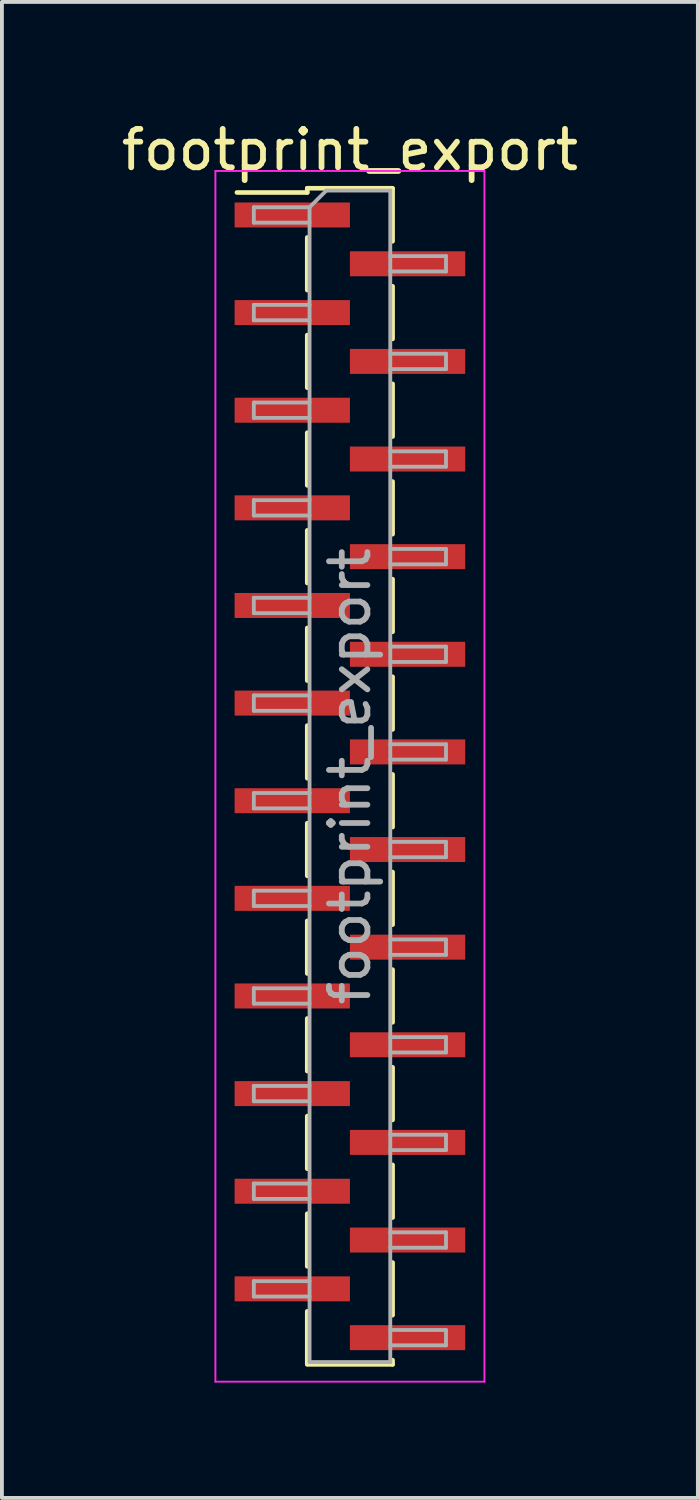
<source format=kicad_pcb>
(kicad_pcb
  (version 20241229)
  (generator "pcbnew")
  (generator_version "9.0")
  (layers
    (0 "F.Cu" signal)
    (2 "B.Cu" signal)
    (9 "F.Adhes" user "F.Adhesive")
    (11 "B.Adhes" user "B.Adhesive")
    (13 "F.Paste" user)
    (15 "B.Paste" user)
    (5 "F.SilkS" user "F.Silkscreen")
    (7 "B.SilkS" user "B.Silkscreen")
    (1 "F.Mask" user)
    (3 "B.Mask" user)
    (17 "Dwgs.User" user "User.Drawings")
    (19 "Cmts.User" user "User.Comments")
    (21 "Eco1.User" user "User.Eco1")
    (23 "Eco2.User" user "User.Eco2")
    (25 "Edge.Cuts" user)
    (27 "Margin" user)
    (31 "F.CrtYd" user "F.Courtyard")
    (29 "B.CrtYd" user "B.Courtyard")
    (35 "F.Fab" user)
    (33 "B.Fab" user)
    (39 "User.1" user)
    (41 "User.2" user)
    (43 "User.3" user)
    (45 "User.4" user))
  (footprint "footprint_export"
    (layer "F.Cu")
    (at 6.054 17.148)
    (property "Reference" "footprint_export" (at 0 -16.3 0) (layer "F.SilkS") (effects (font (size 1 1) (thickness 0.15))))
    (attr smd)
    (fp_line (start -1.11 -15.3) (end -1.11 -15.19) (stroke (width 0.12) (type solid)) (layer "F.SilkS"))
    (fp_line (start -1.11 -15.3) (end 1.11 -15.3) (stroke (width 0.12) (type solid)) (layer "F.SilkS"))
    (fp_line (start -1.11 -15.19) (end -2.94 -15.19) (stroke (width 0.12) (type solid)) (layer "F.SilkS"))
    (fp_line (start -1.11 -14.02) (end -1.11 -12.65) (stroke (width 0.12) (type solid)) (layer "F.SilkS"))
    (fp_line (start -1.11 -11.48) (end -1.11 -10.11) (stroke (width 0.12) (type solid)) (layer "F.SilkS"))
    (fp_line (start -1.11 -8.94) (end -1.11 -7.57) (stroke (width 0.12) (type solid)) (layer "F.SilkS"))
    (fp_line (start -1.11 -6.4) (end -1.11 -5.03) (stroke (width 0.12) (type solid)) (layer "F.SilkS"))
    (fp_line (start -1.11 -3.86) (end -1.11 -2.49) (stroke (width 0.12) (type solid)) (layer "F.SilkS"))
    (fp_line (start -1.11 -1.32) (end -1.11 0.05) (stroke (width 0.12) (type solid)) (layer "F.SilkS"))
    (fp_line (start -1.11 1.22) (end -1.11 2.59) (stroke (width 0.12) (type solid)) (layer "F.SilkS"))
    (fp_line (start -1.11 3.76) (end -1.11 5.13) (stroke (width 0.12) (type solid)) (layer "F.SilkS"))
    (fp_line (start -1.11 6.3) (end -1.11 7.67) (stroke (width 0.12) (type solid)) (layer "F.SilkS"))
    (fp_line (start -1.11 8.84) (end -1.11 10.21) (stroke (width 0.12) (type solid)) (layer "F.SilkS"))
    (fp_line (start -1.11 11.38) (end -1.11 12.75) (stroke (width 0.12) (type solid)) (layer "F.SilkS"))
    (fp_line (start -1.11 13.92) (end -1.11 15.29) (stroke (width 0.12) (type solid)) (layer "F.SilkS"))
    (fp_line (start -1.11 15.3) (end 1.11 15.3) (stroke (width 0.12) (type solid)) (layer "F.SilkS"))
    (fp_line (start 1.11 -15.29) (end 1.11 -13.92) (stroke (width 0.12) (type solid)) (layer "F.SilkS"))
    (fp_line (start 1.11 -12.75) (end 1.11 -11.38) (stroke (width 0.12) (type solid)) (layer "F.SilkS"))
    (fp_line (start 1.11 -10.21) (end 1.11 -8.84) (stroke (width 0.12) (type solid)) (layer "F.SilkS"))
    (fp_line (start 1.11 -7.67) (end 1.11 -6.3) (stroke (width 0.12) (type solid)) (layer "F.SilkS"))
    (fp_line (start 1.11 -5.13) (end 1.11 -3.76) (stroke (width 0.12) (type solid)) (layer "F.SilkS"))
    (fp_line (start 1.11 -2.59) (end 1.11 -1.22) (stroke (width 0.12) (type solid)) (layer "F.SilkS"))
    (fp_line (start 1.11 -0.05) (end 1.11 1.32) (stroke (width 0.12) (type solid)) (layer "F.SilkS"))
    (fp_line (start 1.11 2.49) (end 1.11 3.86) (stroke (width 0.12) (type solid)) (layer "F.SilkS"))
    (fp_line (start 1.11 5.03) (end 1.11 6.4) (stroke (width 0.12) (type solid)) (layer "F.SilkS"))
    (fp_line (start 1.11 7.57) (end 1.11 8.94) (stroke (width 0.12) (type solid)) (layer "F.SilkS"))
    (fp_line (start 1.11 10.11) (end 1.11 11.48) (stroke (width 0.12) (type solid)) (layer "F.SilkS"))
    (fp_line (start 1.11 12.65) (end 1.11 14.02) (stroke (width 0.12) (type solid)) (layer "F.SilkS"))
    (fp_line (start 1.11 15.19) (end 1.11 15.3) (stroke (width 0.12) (type solid)) (layer "F.SilkS"))
    (fp_line (start -3.5 -15.75) (end -3.5 15.75) (stroke (width 0.05) (type solid)) (layer "F.CrtYd"))
    (fp_line (start -3.5 15.75) (end 3.5 15.75) (stroke (width 0.05) (type solid)) (layer "F.CrtYd"))
    (fp_line (start 3.5 -15.75) (end -3.5 -15.75) (stroke (width 0.05) (type solid)) (layer "F.CrtYd"))
    (fp_line (start 3.5 15.75) (end 3.5 -15.75) (stroke (width 0.05) (type solid)) (layer "F.CrtYd"))
    (fp_line (start -2.5 -14.805) (end -2.5 -14.405) (stroke (width 0.1) (type solid)) (layer "F.Fab"))
    (fp_line (start -2.5 -14.405) (end -1.05 -14.405) (stroke (width 0.1) (type solid)) (layer "F.Fab"))
    (fp_line (start -2.5 -12.265) (end -2.5 -11.865) (stroke (width 0.1) (type solid)) (layer "F.Fab"))
    (fp_line (start -2.5 -11.865) (end -1.05 -11.865) (stroke (width 0.1) (type solid)) (layer "F.Fab"))
    (fp_line (start -2.5 -9.725) (end -2.5 -9.325) (stroke (width 0.1) (type solid)) (layer "F.Fab"))
    (fp_line (start -2.5 -9.325) (end -1.05 -9.325) (stroke (width 0.1) (type solid)) (layer "F.Fab"))
    (fp_line (start -2.5 -7.185) (end -2.5 -6.785) (stroke (width 0.1) (type solid)) (layer "F.Fab"))
    (fp_line (start -2.5 -6.785) (end -1.05 -6.785) (stroke (width 0.1) (type solid)) (layer "F.Fab"))
    (fp_line (start -2.5 -4.645) (end -2.5 -4.245) (stroke (width 0.1) (type solid)) (layer "F.Fab"))
    (fp_line (start -2.5 -4.245) (end -1.05 -4.245) (stroke (width 0.1) (type solid)) (layer "F.Fab"))
    (fp_line (start -2.5 -2.105) (end -2.5 -1.705) (stroke (width 0.1) (type solid)) (layer "F.Fab"))
    (fp_line (start -2.5 -1.705) (end -1.05 -1.705) (stroke (width 0.1) (type solid)) (layer "F.Fab"))
    (fp_line (start -2.5 0.435) (end -2.5 0.835) (stroke (width 0.1) (type solid)) (layer "F.Fab"))
    (fp_line (start -2.5 0.835) (end -1.05 0.835) (stroke (width 0.1) (type solid)) (layer "F.Fab"))
    (fp_line (start -2.5 2.975) (end -2.5 3.375) (stroke (width 0.1) (type solid)) (layer "F.Fab"))
    (fp_line (start -2.5 3.375) (end -1.05 3.375) (stroke (width 0.1) (type solid)) (layer "F.Fab"))
    (fp_line (start -2.5 5.515) (end -2.5 5.915) (stroke (width 0.1) (type solid)) (layer "F.Fab"))
    (fp_line (start -2.5 5.915) (end -1.05 5.915) (stroke (width 0.1) (type solid)) (layer "F.Fab"))
    (fp_line (start -2.5 8.055) (end -2.5 8.455) (stroke (width 0.1) (type solid)) (layer "F.Fab"))
    (fp_line (start -2.5 8.455) (end -1.05 8.455) (stroke (width 0.1) (type solid)) (layer "F.Fab"))
    (fp_line (start -2.5 10.595) (end -2.5 10.995) (stroke (width 0.1) (type solid)) (layer "F.Fab"))
    (fp_line (start -2.5 10.995) (end -1.05 10.995) (stroke (width 0.1) (type solid)) (layer "F.Fab"))
    (fp_line (start -2.5 13.135) (end -2.5 13.535) (stroke (width 0.1) (type solid)) (layer "F.Fab"))
    (fp_line (start -2.5 13.535) (end -1.05 13.535) (stroke (width 0.1) (type solid)) (layer "F.Fab"))
    (fp_line (start -1.05 -14.805) (end -2.5 -14.805) (stroke (width 0.1) (type solid)) (layer "F.Fab"))
    (fp_line (start -1.05 -14.805) (end -0.615 -15.24) (stroke (width 0.1) (type solid)) (layer "F.Fab"))
    (fp_line (start -1.05 -12.265) (end -2.5 -12.265) (stroke (width 0.1) (type solid)) (layer "F.Fab"))
    (fp_line (start -1.05 -9.725) (end -2.5 -9.725) (stroke (width 0.1) (type solid)) (layer "F.Fab"))
    (fp_line (start -1.05 -7.185) (end -2.5 -7.185) (stroke (width 0.1) (type solid)) (layer "F.Fab"))
    (fp_line (start -1.05 -4.645) (end -2.5 -4.645) (stroke (width 0.1) (type solid)) (layer "F.Fab"))
    (fp_line (start -1.05 -2.105) (end -2.5 -2.105) (stroke (width 0.1) (type solid)) (layer "F.Fab"))
    (fp_line (start -1.05 0.435) (end -2.5 0.435) (stroke (width 0.1) (type solid)) (layer "F.Fab"))
    (fp_line (start -1.05 2.975) (end -2.5 2.975) (stroke (width 0.1) (type solid)) (layer "F.Fab"))
    (fp_line (start -1.05 5.515) (end -2.5 5.515) (stroke (width 0.1) (type solid)) (layer "F.Fab"))
    (fp_line (start -1.05 8.055) (end -2.5 8.055) (stroke (width 0.1) (type solid)) (layer "F.Fab"))
    (fp_line (start -1.05 10.595) (end -2.5 10.595) (stroke (width 0.1) (type solid)) (layer "F.Fab"))
    (fp_line (start -1.05 13.135) (end -2.5 13.135) (stroke (width 0.1) (type solid)) (layer "F.Fab"))
    (fp_line (start -1.05 15.24) (end -1.05 -14.805) (stroke (width 0.1) (type solid)) (layer "F.Fab"))
    (fp_line (start -0.615 -15.24) (end 1.05 -15.24) (stroke (width 0.1) (type solid)) (layer "F.Fab"))
    (fp_line (start 1.05 -15.24) (end 1.05 15.24) (stroke (width 0.1) (type solid)) (layer "F.Fab"))
    (fp_line (start 1.05 -13.535) (end 2.5 -13.535) (stroke (width 0.1) (type solid)) (layer "F.Fab"))
    (fp_line (start 1.05 -10.995) (end 2.5 -10.995) (stroke (width 0.1) (type solid)) (layer "F.Fab"))
    (fp_line (start 1.05 -8.455) (end 2.5 -8.455) (stroke (width 0.1) (type solid)) (layer "F.Fab"))
    (fp_line (start 1.05 -5.915) (end 2.5 -5.915) (stroke (width 0.1) (type solid)) (layer "F.Fab"))
    (fp_line (start 1.05 -3.375) (end 2.5 -3.375) (stroke (width 0.1) (type solid)) (layer "F.Fab"))
    (fp_line (start 1.05 -0.835) (end 2.5 -0.835) (stroke (width 0.1) (type solid)) (layer "F.Fab"))
    (fp_line (start 1.05 1.705) (end 2.5 1.705) (stroke (width 0.1) (type solid)) (layer "F.Fab"))
    (fp_line (start 1.05 4.245) (end 2.5 4.245) (stroke (width 0.1) (type solid)) (layer "F.Fab"))
    (fp_line (start 1.05 6.785) (end 2.5 6.785) (stroke (width 0.1) (type solid)) (layer "F.Fab"))
    (fp_line (start 1.05 9.325) (end 2.5 9.325) (stroke (width 0.1) (type solid)) (layer "F.Fab"))
    (fp_line (start 1.05 11.865) (end 2.5 11.865) (stroke (width 0.1) (type solid)) (layer "F.Fab"))
    (fp_line (start 1.05 14.405) (end 2.5 14.405) (stroke (width 0.1) (type solid)) (layer "F.Fab"))
    (fp_line (start 1.05 15.24) (end -1.05 15.24) (stroke (width 0.1) (type solid)) (layer "F.Fab"))
    (fp_line (start 2.5 -13.535) (end 2.5 -13.135) (stroke (width 0.1) (type solid)) (layer "F.Fab"))
    (fp_line (start 2.5 -13.135) (end 1.05 -13.135) (stroke (width 0.1) (type solid)) (layer "F.Fab"))
    (fp_line (start 2.5 -10.995) (end 2.5 -10.595) (stroke (width 0.1) (type solid)) (layer "F.Fab"))
    (fp_line (start 2.5 -10.595) (end 1.05 -10.595) (stroke (width 0.1) (type solid)) (layer "F.Fab"))
    (fp_line (start 2.5 -8.455) (end 2.5 -8.055) (stroke (width 0.1) (type solid)) (layer "F.Fab"))
    (fp_line (start 2.5 -8.055) (end 1.05 -8.055) (stroke (width 0.1) (type solid)) (layer "F.Fab"))
    (fp_line (start 2.5 -5.915) (end 2.5 -5.515) (stroke (width 0.1) (type solid)) (layer "F.Fab"))
    (fp_line (start 2.5 -5.515) (end 1.05 -5.515) (stroke (width 0.1) (type solid)) (layer "F.Fab"))
    (fp_line (start 2.5 -3.375) (end 2.5 -2.975) (stroke (width 0.1) (type solid)) (layer "F.Fab"))
    (fp_line (start 2.5 -2.975) (end 1.05 -2.975) (stroke (width 0.1) (type solid)) (layer "F.Fab"))
    (fp_line (start 2.5 -0.835) (end 2.5 -0.435) (stroke (width 0.1) (type solid)) (layer "F.Fab"))
    (fp_line (start 2.5 -0.435) (end 1.05 -0.435) (stroke (width 0.1) (type solid)) (layer "F.Fab"))
    (fp_line (start 2.5 1.705) (end 2.5 2.105) (stroke (width 0.1) (type solid)) (layer "F.Fab"))
    (fp_line (start 2.5 2.105) (end 1.05 2.105) (stroke (width 0.1) (type solid)) (layer "F.Fab"))
    (fp_line (start 2.5 4.245) (end 2.5 4.645) (stroke (width 0.1) (type solid)) (layer "F.Fab"))
    (fp_line (start 2.5 4.645) (end 1.05 4.645) (stroke (width 0.1) (type solid)) (layer "F.Fab"))
    (fp_line (start 2.5 6.785) (end 2.5 7.185) (stroke (width 0.1) (type solid)) (layer "F.Fab"))
    (fp_line (start 2.5 7.185) (end 1.05 7.185) (stroke (width 0.1) (type solid)) (layer "F.Fab"))
    (fp_line (start 2.5 9.325) (end 2.5 9.725) (stroke (width 0.1) (type solid)) (layer "F.Fab"))
    (fp_line (start 2.5 9.725) (end 1.05 9.725) (stroke (width 0.1) (type solid)) (layer "F.Fab"))
    (fp_line (start 2.5 11.865) (end 2.5 12.265) (stroke (width 0.1) (type solid)) (layer "F.Fab"))
    (fp_line (start 2.5 12.265) (end 1.05 12.265) (stroke (width 0.1) (type solid)) (layer "F.Fab"))
    (fp_line (start 2.5 14.405) (end 2.5 14.805) (stroke (width 0.1) (type solid)) (layer "F.Fab"))
    (fp_line (start 2.5 14.805) (end 1.05 14.805) (stroke (width 0.1) (type solid)) (layer "F.Fab"))
    (fp_text user "${REFERENCE}" (at 0 0 90) (layer "F.Fab") (effects (font (size 1 1) (thickness 0.15))))
    (pad "1" smd rect (at -1.5 -14.605) (size 3 0.65) (layers "F.Cu" "F.Mask" "F.Paste"))
    (pad "2" smd rect (at 1.5 -13.335) (size 3 0.65) (layers "F.Cu" "F.Mask" "F.Paste"))
    (pad "3" smd rect (at -1.5 -12.065) (size 3 0.65) (layers "F.Cu" "F.Mask" "F.Paste"))
    (pad "4" smd rect (at 1.5 -10.795) (size 3 0.65) (layers "F.Cu" "F.Mask" "F.Paste"))
    (pad "5" smd rect (at -1.5 -9.525) (size 3 0.65) (layers "F.Cu" "F.Mask" "F.Paste"))
    (pad "6" smd rect (at 1.5 -8.255) (size 3 0.65) (layers "F.Cu" "F.Mask" "F.Paste"))
    (pad "7" smd rect (at -1.5 -6.985) (size 3 0.65) (layers "F.Cu" "F.Mask" "F.Paste"))
    (pad "8" smd rect (at 1.5 -5.715) (size 3 0.65) (layers "F.Cu" "F.Mask" "F.Paste"))
    (pad "9" smd rect (at -1.5 -4.445) (size 3 0.65) (layers "F.Cu" "F.Mask" "F.Paste"))
    (pad "10" smd rect (at 1.5 -3.175) (size 3 0.65) (layers "F.Cu" "F.Mask" "F.Paste"))
    (pad "11" smd rect (at -1.5 -1.905) (size 3 0.65) (layers "F.Cu" "F.Mask" "F.Paste"))
    (pad "12" smd rect (at 1.5 -0.635) (size 3 0.65) (layers "F.Cu" "F.Mask" "F.Paste"))
    (pad "13" smd rect (at -1.5 0.635) (size 3 0.65) (layers "F.Cu" "F.Mask" "F.Paste"))
    (pad "14" smd rect (at 1.5 1.905) (size 3 0.65) (layers "F.Cu" "F.Mask" "F.Paste"))
    (pad "15" smd rect (at -1.5 3.175) (size 3 0.65) (layers "F.Cu" "F.Mask" "F.Paste"))
    (pad "16" smd rect (at 1.5 4.445) (size 3 0.65) (layers "F.Cu" "F.Mask" "F.Paste"))
    (pad "17" smd rect (at -1.5 5.715) (size 3 0.65) (layers "F.Cu" "F.Mask" "F.Paste"))
    (pad "18" smd rect (at 1.5 6.985) (size 3 0.65) (layers "F.Cu" "F.Mask" "F.Paste"))
    (pad "19" smd rect (at -1.5 8.255) (size 3 0.65) (layers "F.Cu" "F.Mask" "F.Paste"))
    (pad "20" smd rect (at 1.5 9.525) (size 3 0.65) (layers "F.Cu" "F.Mask" "F.Paste"))
    (pad "21" smd rect (at -1.5 10.795) (size 3 0.65) (layers "F.Cu" "F.Mask" "F.Paste"))
    (pad "22" smd rect (at 1.5 12.065) (size 3 0.65) (layers "F.Cu" "F.Mask" "F.Paste"))
    (pad "23" smd rect (at -1.5 13.335) (size 3 0.65) (layers "F.Cu" "F.Mask" "F.Paste"))
    (pad "24" smd rect (at 1.5 14.605) (size 3 0.65) (layers "F.Cu" "F.Mask" "F.Paste")))
  (gr_rect
    (start -3 -3)
    (end 15.107 35.923)
    (stroke (width 0.1) (type default))
    (fill no)
    (layer "Edge.Cuts")))
</source>
